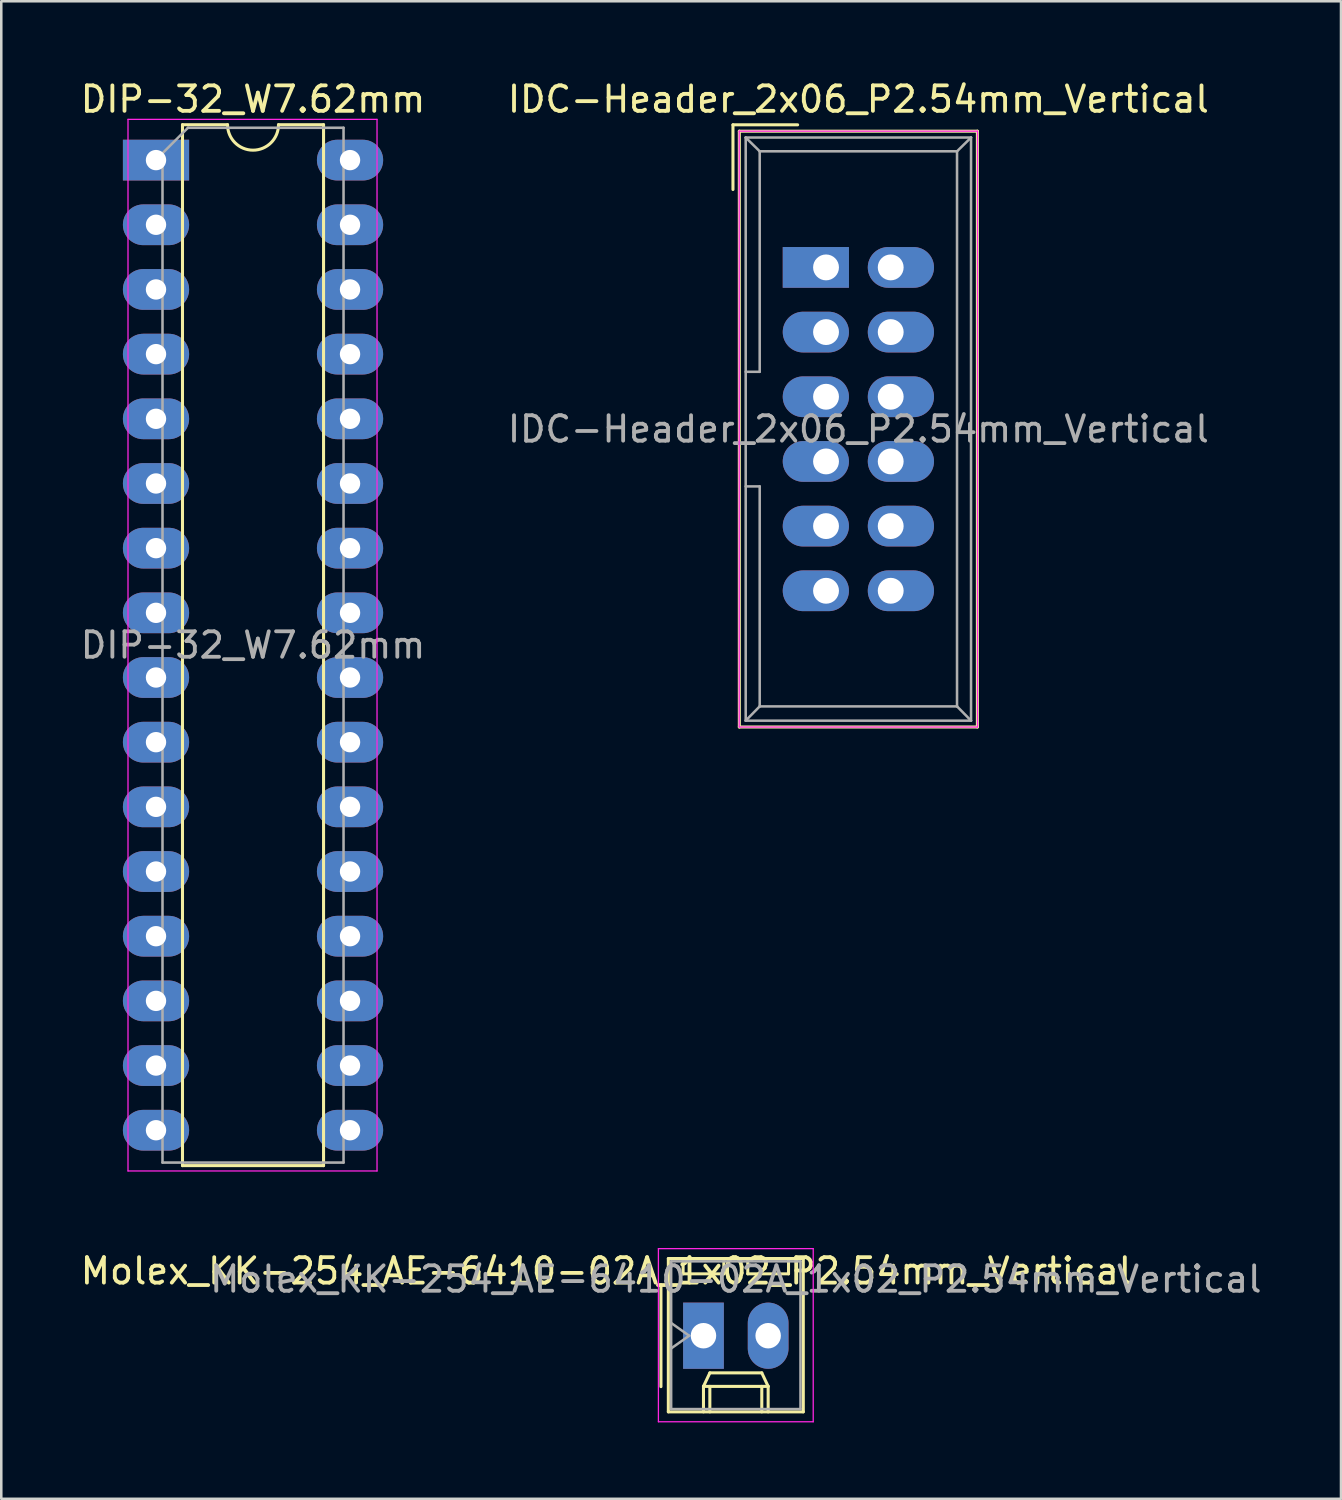
<source format=kicad_pcb>
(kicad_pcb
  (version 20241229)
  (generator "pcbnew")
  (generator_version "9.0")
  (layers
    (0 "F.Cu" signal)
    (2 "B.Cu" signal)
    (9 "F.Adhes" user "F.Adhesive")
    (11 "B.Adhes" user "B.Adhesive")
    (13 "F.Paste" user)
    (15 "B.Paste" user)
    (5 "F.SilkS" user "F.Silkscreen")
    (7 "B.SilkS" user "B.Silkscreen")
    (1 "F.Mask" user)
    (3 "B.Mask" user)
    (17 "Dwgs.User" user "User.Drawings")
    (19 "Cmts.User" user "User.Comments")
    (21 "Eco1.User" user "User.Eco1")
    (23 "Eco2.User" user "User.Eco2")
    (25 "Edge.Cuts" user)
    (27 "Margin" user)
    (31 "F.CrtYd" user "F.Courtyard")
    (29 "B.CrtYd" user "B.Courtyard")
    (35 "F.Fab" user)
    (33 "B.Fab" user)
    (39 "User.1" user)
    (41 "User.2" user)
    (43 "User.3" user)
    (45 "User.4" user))
  (footprint "Molex_KK-254_AE-6410-02A_1x02_P2.54mm_Vertical"
    (layer "F.Cu")
    (at 24.578 49.408)
    (property "Reference" "Molex_KK-254_AE-6410-02A_1x02_P2.54mm_Vertical" (at -3.81 -2.54 0) (layer "F.SilkS") (effects (font (size 1 1) (thickness 0.15))))
    (attr through_hole)
    (fp_line (start -1.67 -2) (end -1.67 2) (stroke (width 0.12) (type solid)) (layer "F.SilkS"))
    (fp_line (start -1.38 -3.03) (end -1.38 2.99) (stroke (width 0.12) (type solid)) (layer "F.SilkS"))
    (fp_line (start -1.38 2.99) (end 3.92 2.99) (stroke (width 0.12) (type solid)) (layer "F.SilkS"))
    (fp_line (start -0.8 -3.03) (end -0.8 -2.43) (stroke (width 0.12) (type solid)) (layer "F.SilkS"))
    (fp_line (start -0.8 -2.43) (end 0.8 -2.43) (stroke (width 0.12) (type solid)) (layer "F.SilkS"))
    (fp_line (start 0 1.99) (end 0.25 1.46) (stroke (width 0.12) (type solid)) (layer "F.SilkS"))
    (fp_line (start 0 1.99) (end 2.54 1.99) (stroke (width 0.12) (type solid)) (layer "F.SilkS"))
    (fp_line (start 0 2.99) (end 0 1.99) (stroke (width 0.12) (type solid)) (layer "F.SilkS"))
    (fp_line (start 0.25 1.46) (end 2.29 1.46) (stroke (width 0.12) (type solid)) (layer "F.SilkS"))
    (fp_line (start 0.25 2.99) (end 0.25 1.99) (stroke (width 0.12) (type solid)) (layer "F.SilkS"))
    (fp_line (start 0.8 -2.43) (end 0.8 -3.03) (stroke (width 0.12) (type solid)) (layer "F.SilkS"))
    (fp_line (start 1.74 -3.03) (end 1.74 -2.43) (stroke (width 0.12) (type solid)) (layer "F.SilkS"))
    (fp_line (start 1.74 -2.43) (end 3.34 -2.43) (stroke (width 0.12) (type solid)) (layer "F.SilkS"))
    (fp_line (start 2.29 1.46) (end 2.54 1.99) (stroke (width 0.12) (type solid)) (layer "F.SilkS"))
    (fp_line (start 2.29 2.99) (end 2.29 1.99) (stroke (width 0.12) (type solid)) (layer "F.SilkS"))
    (fp_line (start 2.54 1.99) (end 2.54 2.99) (stroke (width 0.12) (type solid)) (layer "F.SilkS"))
    (fp_line (start 3.34 -2.43) (end 3.34 -3.03) (stroke (width 0.12) (type solid)) (layer "F.SilkS"))
    (fp_line (start 3.92 -3.03) (end -1.38 -3.03) (stroke (width 0.12) (type solid)) (layer "F.SilkS"))
    (fp_line (start 3.92 2.99) (end 3.92 -3.03) (stroke (width 0.12) (type solid)) (layer "F.SilkS"))
    (fp_line (start -1.77 -3.42) (end -1.77 3.38) (stroke (width 0.05) (type solid)) (layer "F.CrtYd"))
    (fp_line (start -1.77 3.38) (end 4.31 3.38) (stroke (width 0.05) (type solid)) (layer "F.CrtYd"))
    (fp_line (start 4.31 -3.42) (end -1.77 -3.42) (stroke (width 0.05) (type solid)) (layer "F.CrtYd"))
    (fp_line (start 4.31 3.38) (end 4.31 -3.42) (stroke (width 0.05) (type solid)) (layer "F.CrtYd"))
    (fp_line (start -1.27 -2.92) (end -1.27 2.88) (stroke (width 0.1) (type solid)) (layer "F.Fab"))
    (fp_line (start -1.27 -0.5) (end -0.563 0) (stroke (width 0.1) (type solid)) (layer "F.Fab"))
    (fp_line (start -1.27 2.88) (end 3.81 2.88) (stroke (width 0.1) (type solid)) (layer "F.Fab"))
    (fp_line (start -0.563 0) (end -1.27 0.5) (stroke (width 0.1) (type solid)) (layer "F.Fab"))
    (fp_line (start 3.81 -2.92) (end -1.27 -2.92) (stroke (width 0.1) (type solid)) (layer "F.Fab"))
    (fp_line (start 3.81 2.88) (end 3.81 -2.92) (stroke (width 0.1) (type solid)) (layer "F.Fab"))
    (fp_text user "${REFERENCE}" (at 1.27 -2.22 0) (layer "F.Fab") (effects (font (size 1 1) (thickness 0.15))))
    (pad "1" thru_hole rect (at 0 0) (size 1.6 2.6) (drill 1) (layers "*.Cu" "*.Mask"))
    (pad "2" thru_hole oval (at 2.54 0) (size 1.6 2.6) (drill 1) (layers "*.Cu" "*.Mask")))
  (footprint "DIP-32_W7.62mm"
    (layer "F.Cu")
    (at 3.077 3.238)
    (property "Reference" "DIP-32_W7.62mm" (at 3.81 -2.39 0) (layer "F.SilkS") (effects (font (size 1 1) (thickness 0.15))))
    (attr through_hole)
    (fp_line (start 1.04 -1.39) (end 1.04 39.49) (stroke (width 0.12) (type solid)) (layer "F.SilkS"))
    (fp_line (start 1.04 39.49) (end 6.58 39.49) (stroke (width 0.12) (type solid)) (layer "F.SilkS"))
    (fp_line (start 2.81 -1.39) (end 1.04 -1.39) (stroke (width 0.12) (type solid)) (layer "F.SilkS"))
    (fp_line (start 6.58 -1.39) (end 4.81 -1.39) (stroke (width 0.12) (type solid)) (layer "F.SilkS"))
    (fp_line (start 6.58 39.49) (end 6.58 -1.39) (stroke (width 0.12) (type solid)) (layer "F.SilkS"))
    (fp_arc (start 4.81 -1.39) (mid 3.81 -0.39) (end 2.81 -1.39) (stroke (width 0.12) (type solid)) (layer "F.SilkS"))
    (fp_line (start -1.1 -1.6) (end -1.1 39.7) (stroke (width 0.05) (type solid)) (layer "F.CrtYd"))
    (fp_line (start -1.1 39.7) (end 8.68 39.7) (stroke (width 0.05) (type solid)) (layer "F.CrtYd"))
    (fp_line (start 8.68 -1.6) (end -1.1 -1.6) (stroke (width 0.05) (type solid)) (layer "F.CrtYd"))
    (fp_line (start 8.68 39.7) (end 8.68 -1.6) (stroke (width 0.05) (type solid)) (layer "F.CrtYd"))
    (fp_line (start 0.255 -0.27) (end 1.255 -1.27) (stroke (width 0.1) (type solid)) (layer "F.Fab"))
    (fp_line (start 0.255 39.37) (end 0.255 -0.27) (stroke (width 0.1) (type solid)) (layer "F.Fab"))
    (fp_line (start 1.255 -1.27) (end 7.365 -1.27) (stroke (width 0.1) (type solid)) (layer "F.Fab"))
    (fp_line (start 7.365 -1.27) (end 7.365 39.37) (stroke (width 0.1) (type solid)) (layer "F.Fab"))
    (fp_line (start 7.365 39.37) (end 0.255 39.37) (stroke (width 0.1) (type solid)) (layer "F.Fab"))
    (fp_text user "${REFERENCE}" (at 3.81 19.05 0) (layer "F.Fab") (effects (font (size 1 1) (thickness 0.15))))
    (pad "1" thru_hole rect (at 0 0) (size 2.6 1.6) (drill 0.8) (layers "*.Cu" "*.Mask"))
    (pad "2" thru_hole oval (at 0 2.54) (size 2.6 1.6) (drill 0.8) (layers "*.Cu" "*.Mask"))
    (pad "3" thru_hole oval (at 0 5.08) (size 2.6 1.6) (drill 0.8) (layers "*.Cu" "*.Mask"))
    (pad "4" thru_hole oval (at 0 7.62) (size 2.6 1.6) (drill 0.8) (layers "*.Cu" "*.Mask"))
    (pad "5" thru_hole oval (at 0 10.16) (size 2.6 1.6) (drill 0.8) (layers "*.Cu" "*.Mask"))
    (pad "6" thru_hole oval (at 0 12.7) (size 2.6 1.6) (drill 0.8) (layers "*.Cu" "*.Mask"))
    (pad "7" thru_hole oval (at 0 15.24) (size 2.6 1.6) (drill 0.8) (layers "*.Cu" "*.Mask"))
    (pad "8" thru_hole oval (at 0 17.78) (size 2.6 1.6) (drill 0.8) (layers "*.Cu" "*.Mask"))
    (pad "9" thru_hole oval (at 0 20.32) (size 2.6 1.6) (drill 0.8) (layers "*.Cu" "*.Mask"))
    (pad "10" thru_hole oval (at 0 22.86) (size 2.6 1.6) (drill 0.8) (layers "*.Cu" "*.Mask"))
    (pad "11" thru_hole oval (at 0 25.4) (size 2.6 1.6) (drill 0.8) (layers "*.Cu" "*.Mask"))
    (pad "12" thru_hole oval (at 0 27.94) (size 2.6 1.6) (drill 0.8) (layers "*.Cu" "*.Mask"))
    (pad "13" thru_hole oval (at 0 30.48) (size 2.6 1.6) (drill 0.8) (layers "*.Cu" "*.Mask"))
    (pad "14" thru_hole oval (at 0 33.02) (size 2.6 1.6) (drill 0.8) (layers "*.Cu" "*.Mask"))
    (pad "15" thru_hole oval (at 0 35.56) (size 2.6 1.6) (drill 0.8) (layers "*.Cu" "*.Mask"))
    (pad "16" thru_hole oval (at 0 38.1) (size 2.6 1.6) (drill 0.8) (layers "*.Cu" "*.Mask"))
    (pad "17" thru_hole oval (at 7.62 38.1) (size 2.6 1.6) (drill 0.8) (layers "*.Cu" "*.Mask"))
    (pad "18" thru_hole oval (at 7.62 35.56) (size 2.6 1.6) (drill 0.8) (layers "*.Cu" "*.Mask"))
    (pad "19" thru_hole oval (at 7.62 33.02) (size 2.6 1.6) (drill 0.8) (layers "*.Cu" "*.Mask"))
    (pad "20" thru_hole oval (at 7.62 30.48) (size 2.6 1.6) (drill 0.8) (layers "*.Cu" "*.Mask"))
    (pad "21" thru_hole oval (at 7.62 27.94) (size 2.6 1.6) (drill 0.8) (layers "*.Cu" "*.Mask"))
    (pad "22" thru_hole oval (at 7.62 25.4) (size 2.6 1.6) (drill 0.8) (layers "*.Cu" "*.Mask"))
    (pad "23" thru_hole oval (at 7.62 22.86) (size 2.6 1.6) (drill 0.8) (layers "*.Cu" "*.Mask"))
    (pad "24" thru_hole oval (at 7.62 20.32) (size 2.6 1.6) (drill 0.8) (layers "*.Cu" "*.Mask"))
    (pad "25" thru_hole oval (at 7.62 17.78) (size 2.6 1.6) (drill 0.8) (layers "*.Cu" "*.Mask"))
    (pad "26" thru_hole oval (at 7.62 15.24) (size 2.6 1.6) (drill 0.8) (layers "*.Cu" "*.Mask"))
    (pad "27" thru_hole oval (at 7.62 12.7) (size 2.6 1.6) (drill 0.8) (layers "*.Cu" "*.Mask"))
    (pad "28" thru_hole oval (at 7.62 10.16) (size 2.6 1.6) (drill 0.8) (layers "*.Cu" "*.Mask"))
    (pad "29" thru_hole oval (at 7.62 7.62) (size 2.6 1.6) (drill 0.8) (layers "*.Cu" "*.Mask"))
    (pad "30" thru_hole oval (at 7.62 5.08) (size 2.6 1.6) (drill 0.8) (layers "*.Cu" "*.Mask"))
    (pad "31" thru_hole oval (at 7.62 2.54) (size 2.6 1.6) (drill 0.8) (layers "*.Cu" "*.Mask"))
    (pad "32" thru_hole oval (at 7.62 0) (size 2.6 1.6) (drill 0.8) (layers "*.Cu" "*.Mask")))
  (footprint "IDC-Header_2x06_P2.54mm_Vertical"
    (layer "F.Cu")
    (at 29.391 7.452)
    (property "Reference" "IDC-Header_2x06_P2.54mm_Vertical" (at 1.27 -6.604 0) (layer "F.SilkS") (effects (font (size 1 1) (thickness 0.15))))
    (attr through_hole)
    (fp_line (start -3.655 -5.6) (end -3.655 -3.06) (stroke (width 0.12) (type solid)) (layer "F.SilkS"))
    (fp_line (start -3.655 -5.6) (end -1.115 -5.6) (stroke (width 0.12) (type solid)) (layer "F.SilkS"))
    (fp_line (start -3.405 -5.35) (end 5.945 -5.35) (stroke (width 0.12) (type solid)) (layer "F.SilkS"))
    (fp_line (start -3.405 18.05) (end -3.405 -5.35) (stroke (width 0.12) (type solid)) (layer "F.SilkS"))
    (fp_line (start 5.945 -5.35) (end 5.945 18.05) (stroke (width 0.12) (type solid)) (layer "F.SilkS"))
    (fp_line (start 5.945 18.05) (end -3.405 18.05) (stroke (width 0.12) (type solid)) (layer "F.SilkS"))
    (fp_line (start -3.41 -5.35) (end 5.95 -5.35) (stroke (width 0.05) (type solid)) (layer "F.CrtYd"))
    (fp_line (start -3.41 18.05) (end -3.41 -5.35) (stroke (width 0.05) (type solid)) (layer "F.CrtYd"))
    (fp_line (start 5.95 -5.35) (end 5.95 18.05) (stroke (width 0.05) (type solid)) (layer "F.CrtYd"))
    (fp_line (start 5.95 18.05) (end -3.41 18.05) (stroke (width 0.05) (type solid)) (layer "F.CrtYd"))
    (fp_line (start -3.155 -5.1) (end -3.155 17.8) (stroke (width 0.1) (type solid)) (layer "F.Fab"))
    (fp_line (start -3.155 -5.1) (end -2.605 -4.56) (stroke (width 0.1) (type solid)) (layer "F.Fab"))
    (fp_line (start -3.155 17.8) (end -2.605 17.24) (stroke (width 0.1) (type solid)) (layer "F.Fab"))
    (fp_line (start -2.605 -4.56) (end -2.605 4.1) (stroke (width 0.1) (type solid)) (layer "F.Fab"))
    (fp_line (start -2.605 4.1) (end -3.155 4.1) (stroke (width 0.1) (type solid)) (layer "F.Fab"))
    (fp_line (start -2.605 8.6) (end -3.155 8.6) (stroke (width 0.1) (type solid)) (layer "F.Fab"))
    (fp_line (start -2.605 8.6) (end -2.605 17.24) (stroke (width 0.1) (type solid)) (layer "F.Fab"))
    (fp_line (start 5.145 -4.56) (end -2.605 -4.56) (stroke (width 0.1) (type solid)) (layer "F.Fab"))
    (fp_line (start 5.145 -4.56) (end 5.145 17.24) (stroke (width 0.1) (type solid)) (layer "F.Fab"))
    (fp_line (start 5.145 17.24) (end -2.605 17.24) (stroke (width 0.1) (type solid)) (layer "F.Fab"))
    (fp_line (start 5.695 -5.1) (end -3.155 -5.1) (stroke (width 0.1) (type solid)) (layer "F.Fab"))
    (fp_line (start 5.695 -5.1) (end 5.145 -4.56) (stroke (width 0.1) (type solid)) (layer "F.Fab"))
    (fp_line (start 5.695 -5.1) (end 5.695 17.8) (stroke (width 0.1) (type solid)) (layer "F.Fab"))
    (fp_line (start 5.695 17.8) (end -3.155 17.8) (stroke (width 0.1) (type solid)) (layer "F.Fab"))
    (fp_line (start 5.695 17.8) (end 5.145 17.24) (stroke (width 0.1) (type solid)) (layer "F.Fab"))
    (fp_text user "${REFERENCE}" (at 1.27 6.35 0) (layer "F.Fab") (effects (font (size 1 1) (thickness 0.15))))
    (pad "1" thru_hole rect (at 0 0) (size 2.6 1.6) (drill 1.016 (offset -0.4 0)) (layers "*.Cu" "*.Mask"))
    (pad "2" thru_hole oval (at 2.54 0) (size 2.6 1.6) (drill 1.016 (offset 0.4 0)) (layers "*.Cu" "*.Mask"))
    (pad "3" thru_hole oval (at 0 2.54) (size 2.6 1.6) (drill 1.016 (offset -0.4 0)) (layers "*.Cu" "*.Mask"))
    (pad "4" thru_hole oval (at 2.54 2.54) (size 2.6 1.6) (drill 1.016 (offset 0.4 0)) (layers "*.Cu" "*.Mask"))
    (pad "5" thru_hole oval (at 0 5.08) (size 2.6 1.6) (drill 1.016 (offset -0.4 0)) (layers "*.Cu" "*.Mask"))
    (pad "6" thru_hole oval (at 2.54 5.08) (size 2.6 1.6) (drill 1.016 (offset 0.4 0)) (layers "*.Cu" "*.Mask"))
    (pad "7" thru_hole oval (at 0 7.62) (size 2.6 1.6) (drill 1.016 (offset -0.4 0)) (layers "*.Cu" "*.Mask"))
    (pad "8" thru_hole oval (at 2.54 7.62) (size 2.6 1.6) (drill 1.016 (offset 0.4 0)) (layers "*.Cu" "*.Mask"))
    (pad "9" thru_hole oval (at 0 10.16) (size 2.6 1.6) (drill 1.016 (offset -0.4 0)) (layers "*.Cu" "*.Mask"))
    (pad "10" thru_hole oval (at 2.54 10.16) (size 2.6 1.6) (drill 1.016 (offset 0.4 0)) (layers "*.Cu" "*.Mask"))
    (pad "11" thru_hole oval (at 0 12.7) (size 2.6 1.6) (drill 1.016 (offset -0.4 0)) (layers "*.Cu" "*.Mask"))
    (pad "12" thru_hole oval (at 2.54 12.7) (size 2.6 1.6) (drill 1.016 (offset 0.4 0)) (layers "*.Cu" "*.Mask")))
  (gr_rect
    (start -3 -3)
    (end 49.616 55.813)
    (stroke (width 0.1) (type default))
    (fill no)
    (layer "Edge.Cuts")))
</source>
